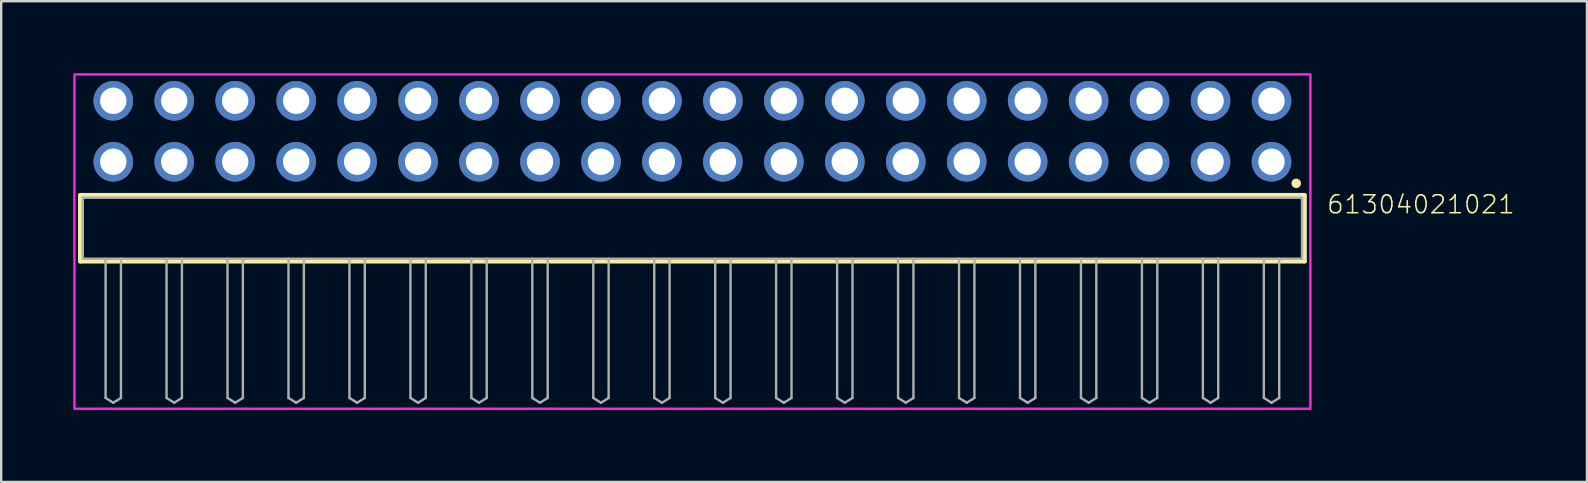
<source format=kicad_pcb>
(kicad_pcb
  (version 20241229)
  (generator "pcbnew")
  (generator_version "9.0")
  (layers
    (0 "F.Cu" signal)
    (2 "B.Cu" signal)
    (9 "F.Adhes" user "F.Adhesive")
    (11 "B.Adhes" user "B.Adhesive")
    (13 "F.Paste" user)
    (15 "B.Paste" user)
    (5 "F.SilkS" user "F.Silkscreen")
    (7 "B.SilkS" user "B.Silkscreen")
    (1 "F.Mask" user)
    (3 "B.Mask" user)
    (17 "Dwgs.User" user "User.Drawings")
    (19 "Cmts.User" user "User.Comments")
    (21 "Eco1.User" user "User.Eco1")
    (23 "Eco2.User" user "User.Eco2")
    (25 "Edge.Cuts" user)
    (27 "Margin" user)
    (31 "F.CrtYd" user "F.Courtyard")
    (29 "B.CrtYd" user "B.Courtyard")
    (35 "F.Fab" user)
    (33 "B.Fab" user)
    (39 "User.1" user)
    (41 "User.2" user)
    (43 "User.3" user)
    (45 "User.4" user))
  (footprint "61304021021"
    (layer "F.Cu")
    (at 25.8 6.46)
    (property "Reference" "61304021021" (at 26.395 -0.552 0) (unlocked yes) (layer "F.SilkS") (effects (font (size 0.748 0.748) (thickness 0.065)) (justify left bottom)))
    (fp_line (start -25.5 -1.37) (end 25.5 -1.37) (stroke (width 0.2) (type solid)) (layer "F.SilkS"))
    (fp_line (start -25.5 1.37) (end -25.5 -1.37) (stroke (width 0.2) (type solid)) (layer "F.SilkS"))
    (fp_line (start 25.5 -1.37) (end 25.5 1.37) (stroke (width 0.2) (type solid)) (layer "F.SilkS"))
    (fp_line (start 25.5 1.37) (end -25.5 1.37) (stroke (width 0.2) (type solid)) (layer "F.SilkS"))
    (fp_circle (center 25.16 -1.87) (end 25.26 -1.87) (stroke (width 0.2) (type solid)) (fill no) (layer "F.SilkS"))
    (fp_poly (pts (xy 25.75 7.52) (xy -25.75 7.52) (xy -25.75 -6.41) (xy 25.75 -6.41)) (stroke (width 0.1) (type default)) (fill no) (layer "F.CrtYd"))
    (fp_line (start -25.4 -1.27) (end 25.4 -1.27) (stroke (width 0.1) (type solid)) (layer "F.Fab"))
    (fp_line (start -25.4 1.27) (end -25.4 -1.27) (stroke (width 0.1) (type solid)) (layer "F.Fab"))
    (fp_line (start -24.45 1.27) (end -24.45 7.07) (stroke (width 0.1) (type solid)) (layer "F.Fab"))
    (fp_line (start -24.45 7.07) (end -24.13 7.27) (stroke (width 0.1) (type solid)) (layer "F.Fab"))
    (fp_line (start -24.13 7.27) (end -23.81 7.07) (stroke (width 0.1) (type solid)) (layer "F.Fab"))
    (fp_line (start -23.81 1.27) (end -23.81 7.07) (stroke (width 0.1) (type solid)) (layer "F.Fab"))
    (fp_line (start -21.91 1.27) (end -21.91 7.07) (stroke (width 0.1) (type solid)) (layer "F.Fab"))
    (fp_line (start -21.91 7.07) (end -21.59 7.27) (stroke (width 0.1) (type solid)) (layer "F.Fab"))
    (fp_line (start -21.59 7.27) (end -21.27 7.07) (stroke (width 0.1) (type solid)) (layer "F.Fab"))
    (fp_line (start -21.27 1.27) (end -21.27 7.07) (stroke (width 0.1) (type solid)) (layer "F.Fab"))
    (fp_line (start -19.37 1.27) (end -19.37 7.07) (stroke (width 0.1) (type solid)) (layer "F.Fab"))
    (fp_line (start -19.37 7.07) (end -19.05 7.27) (stroke (width 0.1) (type solid)) (layer "F.Fab"))
    (fp_line (start -19.05 7.27) (end -18.73 7.07) (stroke (width 0.1) (type solid)) (layer "F.Fab"))
    (fp_line (start -18.73 1.27) (end -18.73 7.07) (stroke (width 0.1) (type solid)) (layer "F.Fab"))
    (fp_line (start -16.83 1.27) (end -16.83 7.07) (stroke (width 0.1) (type solid)) (layer "F.Fab"))
    (fp_line (start -16.83 7.07) (end -16.51 7.27) (stroke (width 0.1) (type solid)) (layer "F.Fab"))
    (fp_line (start -16.51 7.27) (end -16.19 7.07) (stroke (width 0.1) (type solid)) (layer "F.Fab"))
    (fp_line (start -16.19 1.27) (end -16.19 7.07) (stroke (width 0.1) (type solid)) (layer "F.Fab"))
    (fp_line (start -14.29 1.27) (end -14.29 7.07) (stroke (width 0.1) (type solid)) (layer "F.Fab"))
    (fp_line (start -14.29 7.07) (end -13.97 7.27) (stroke (width 0.1) (type solid)) (layer "F.Fab"))
    (fp_line (start -13.97 7.27) (end -13.65 7.07) (stroke (width 0.1) (type solid)) (layer "F.Fab"))
    (fp_line (start -13.65 1.27) (end -13.65 7.07) (stroke (width 0.1) (type solid)) (layer "F.Fab"))
    (fp_line (start -11.75 1.27) (end -11.75 7.07) (stroke (width 0.1) (type solid)) (layer "F.Fab"))
    (fp_line (start -11.75 7.07) (end -11.43 7.27) (stroke (width 0.1) (type solid)) (layer "F.Fab"))
    (fp_line (start -11.43 7.27) (end -11.11 7.07) (stroke (width 0.1) (type solid)) (layer "F.Fab"))
    (fp_line (start -11.11 1.27) (end -11.11 7.07) (stroke (width 0.1) (type solid)) (layer "F.Fab"))
    (fp_line (start -9.21 1.27) (end -9.21 7.07) (stroke (width 0.1) (type solid)) (layer "F.Fab"))
    (fp_line (start -9.21 7.07) (end -8.89 7.27) (stroke (width 0.1) (type solid)) (layer "F.Fab"))
    (fp_line (start -8.89 7.27) (end -8.57 7.07) (stroke (width 0.1) (type solid)) (layer "F.Fab"))
    (fp_line (start -8.57 1.27) (end -8.57 7.07) (stroke (width 0.1) (type solid)) (layer "F.Fab"))
    (fp_line (start -6.67 1.27) (end -6.67 7.07) (stroke (width 0.1) (type solid)) (layer "F.Fab"))
    (fp_line (start -6.67 7.07) (end -6.35 7.27) (stroke (width 0.1) (type solid)) (layer "F.Fab"))
    (fp_line (start -6.35 7.27) (end -6.03 7.07) (stroke (width 0.1) (type solid)) (layer "F.Fab"))
    (fp_line (start -6.03 1.27) (end -6.03 7.07) (stroke (width 0.1) (type solid)) (layer "F.Fab"))
    (fp_line (start -4.13 1.27) (end -4.13 7.07) (stroke (width 0.1) (type solid)) (layer "F.Fab"))
    (fp_line (start -4.13 7.07) (end -3.81 7.27) (stroke (width 0.1) (type solid)) (layer "F.Fab"))
    (fp_line (start -3.81 7.27) (end -3.49 7.07) (stroke (width 0.1) (type solid)) (layer "F.Fab"))
    (fp_line (start -3.49 1.27) (end -3.49 7.07) (stroke (width 0.1) (type solid)) (layer "F.Fab"))
    (fp_line (start -1.59 1.27) (end -1.59 7.07) (stroke (width 0.1) (type solid)) (layer "F.Fab"))
    (fp_line (start -1.59 7.07) (end -1.27 7.27) (stroke (width 0.1) (type solid)) (layer "F.Fab"))
    (fp_line (start -1.27 7.27) (end -0.95 7.07) (stroke (width 0.1) (type solid)) (layer "F.Fab"))
    (fp_line (start -0.95 1.27) (end -0.95 7.07) (stroke (width 0.1) (type solid)) (layer "F.Fab"))
    (fp_line (start 0.95 1.27) (end 0.95 7.07) (stroke (width 0.1) (type solid)) (layer "F.Fab"))
    (fp_line (start 0.95 7.07) (end 1.27 7.27) (stroke (width 0.1) (type solid)) (layer "F.Fab"))
    (fp_line (start 1.27 7.27) (end 1.59 7.07) (stroke (width 0.1) (type solid)) (layer "F.Fab"))
    (fp_line (start 1.59 1.27) (end 1.59 7.07) (stroke (width 0.1) (type solid)) (layer "F.Fab"))
    (fp_line (start 3.49 1.27) (end 3.49 7.07) (stroke (width 0.1) (type solid)) (layer "F.Fab"))
    (fp_line (start 3.49 7.07) (end 3.81 7.27) (stroke (width 0.1) (type solid)) (layer "F.Fab"))
    (fp_line (start 3.81 7.27) (end 4.13 7.07) (stroke (width 0.1) (type solid)) (layer "F.Fab"))
    (fp_line (start 4.13 1.27) (end 4.13 7.07) (stroke (width 0.1) (type solid)) (layer "F.Fab"))
    (fp_line (start 6.03 1.27) (end 6.03 7.07) (stroke (width 0.1) (type solid)) (layer "F.Fab"))
    (fp_line (start 6.03 7.07) (end 6.35 7.27) (stroke (width 0.1) (type solid)) (layer "F.Fab"))
    (fp_line (start 6.35 7.27) (end 6.67 7.07) (stroke (width 0.1) (type solid)) (layer "F.Fab"))
    (fp_line (start 6.67 1.27) (end 6.67 7.07) (stroke (width 0.1) (type solid)) (layer "F.Fab"))
    (fp_line (start 8.57 1.27) (end 8.57 7.07) (stroke (width 0.1) (type solid)) (layer "F.Fab"))
    (fp_line (start 8.57 7.07) (end 8.89 7.27) (stroke (width 0.1) (type solid)) (layer "F.Fab"))
    (fp_line (start 8.89 7.27) (end 9.21 7.07) (stroke (width 0.1) (type solid)) (layer "F.Fab"))
    (fp_line (start 9.21 1.27) (end 9.21 7.07) (stroke (width 0.1) (type solid)) (layer "F.Fab"))
    (fp_line (start 11.11 1.27) (end 11.11 7.07) (stroke (width 0.1) (type solid)) (layer "F.Fab"))
    (fp_line (start 11.11 7.07) (end 11.43 7.27) (stroke (width 0.1) (type solid)) (layer "F.Fab"))
    (fp_line (start 11.43 7.27) (end 11.75 7.07) (stroke (width 0.1) (type solid)) (layer "F.Fab"))
    (fp_line (start 11.75 1.27) (end 11.75 7.07) (stroke (width 0.1) (type solid)) (layer "F.Fab"))
    (fp_line (start 13.65 1.27) (end 13.65 7.07) (stroke (width 0.1) (type solid)) (layer "F.Fab"))
    (fp_line (start 13.65 7.07) (end 13.97 7.27) (stroke (width 0.1) (type solid)) (layer "F.Fab"))
    (fp_line (start 13.97 7.27) (end 14.29 7.07) (stroke (width 0.1) (type solid)) (layer "F.Fab"))
    (fp_line (start 14.29 1.27) (end 14.29 7.07) (stroke (width 0.1) (type solid)) (layer "F.Fab"))
    (fp_line (start 16.19 1.27) (end 16.19 7.07) (stroke (width 0.1) (type solid)) (layer "F.Fab"))
    (fp_line (start 16.19 7.07) (end 16.51 7.27) (stroke (width 0.1) (type solid)) (layer "F.Fab"))
    (fp_line (start 16.51 7.27) (end 16.83 7.07) (stroke (width 0.1) (type solid)) (layer "F.Fab"))
    (fp_line (start 16.83 1.27) (end 16.83 7.07) (stroke (width 0.1) (type solid)) (layer "F.Fab"))
    (fp_line (start 18.73 1.27) (end 18.73 7.07) (stroke (width 0.1) (type solid)) (layer "F.Fab"))
    (fp_line (start 18.73 7.07) (end 19.05 7.27) (stroke (width 0.1) (type solid)) (layer "F.Fab"))
    (fp_line (start 19.05 7.27) (end 19.37 7.07) (stroke (width 0.1) (type solid)) (layer "F.Fab"))
    (fp_line (start 19.37 1.27) (end 19.37 7.07) (stroke (width 0.1) (type solid)) (layer "F.Fab"))
    (fp_line (start 21.27 1.27) (end -25.4 1.27) (stroke (width 0.1) (type solid)) (layer "F.Fab"))
    (fp_line (start 21.27 1.27) (end 21.27 7.07) (stroke (width 0.1) (type solid)) (layer "F.Fab"))
    (fp_line (start 21.27 7.07) (end 21.59 7.27) (stroke (width 0.1) (type solid)) (layer "F.Fab"))
    (fp_line (start 21.59 7.27) (end 21.91 7.07) (stroke (width 0.1) (type solid)) (layer "F.Fab"))
    (fp_line (start 21.91 1.27) (end 21.27 1.27) (stroke (width 0.1) (type solid)) (layer "F.Fab"))
    (fp_line (start 21.91 1.27) (end 21.91 7.07) (stroke (width 0.1) (type solid)) (layer "F.Fab"))
    (fp_line (start 23.81 1.27) (end 23.81 7.07) (stroke (width 0.1) (type solid)) (layer "F.Fab"))
    (fp_line (start 23.81 7.07) (end 24.13 7.27) (stroke (width 0.1) (type solid)) (layer "F.Fab"))
    (fp_line (start 24.13 7.27) (end 24.45 7.07) (stroke (width 0.1) (type solid)) (layer "F.Fab"))
    (fp_line (start 24.45 1.27) (end 24.45 7.07) (stroke (width 0.1) (type solid)) (layer "F.Fab"))
    (fp_line (start 25.4 -1.27) (end 25.4 1.27) (stroke (width 0.1) (type solid)) (layer "F.Fab"))
    (fp_line (start 25.4 1.27) (end 21.91 1.27) (stroke (width 0.1) (type solid)) (layer "F.Fab"))
    (pad "1" thru_hole circle (at 24.13 -2.77) (size 1.65 1.65) (drill 1.1) (layers "*.Cu" "*.Mask"))
    (pad "2" thru_hole circle (at 24.13 -5.31) (size 1.65 1.65) (drill 1.1) (layers "*.Cu" "*.Mask"))
    (pad "3" thru_hole circle (at 21.59 -2.77) (size 1.65 1.65) (drill 1.1) (layers "*.Cu" "*.Mask"))
    (pad "4" thru_hole circle (at 21.59 -5.31) (size 1.65 1.65) (drill 1.1) (layers "*.Cu" "*.Mask"))
    (pad "5" thru_hole circle (at 19.05 -2.77) (size 1.65 1.65) (drill 1.1) (layers "*.Cu" "*.Mask"))
    (pad "6" thru_hole circle (at 19.05 -5.31) (size 1.65 1.65) (drill 1.1) (layers "*.Cu" "*.Mask"))
    (pad "7" thru_hole circle (at 16.51 -2.77) (size 1.65 1.65) (drill 1.1) (layers "*.Cu" "*.Mask"))
    (pad "8" thru_hole circle (at 16.51 -5.31) (size 1.65 1.65) (drill 1.1) (layers "*.Cu" "*.Mask"))
    (pad "9" thru_hole circle (at 13.97 -2.77) (size 1.65 1.65) (drill 1.1) (layers "*.Cu" "*.Mask"))
    (pad "10" thru_hole circle (at 13.97 -5.31) (size 1.65 1.65) (drill 1.1) (layers "*.Cu" "*.Mask"))
    (pad "11" thru_hole circle (at 11.43 -2.77) (size 1.65 1.65) (drill 1.1) (layers "*.Cu" "*.Mask"))
    (pad "12" thru_hole circle (at 11.43 -5.31) (size 1.65 1.65) (drill 1.1) (layers "*.Cu" "*.Mask"))
    (pad "13" thru_hole circle (at 8.89 -2.77) (size 1.65 1.65) (drill 1.1) (layers "*.Cu" "*.Mask"))
    (pad "14" thru_hole circle (at 8.89 -5.31) (size 1.65 1.65) (drill 1.1) (layers "*.Cu" "*.Mask"))
    (pad "15" thru_hole circle (at 6.35 -2.77) (size 1.65 1.65) (drill 1.1) (layers "*.Cu" "*.Mask"))
    (pad "16" thru_hole circle (at 6.35 -5.31) (size 1.65 1.65) (drill 1.1) (layers "*.Cu" "*.Mask"))
    (pad "17" thru_hole circle (at 3.81 -2.77) (size 1.65 1.65) (drill 1.1) (layers "*.Cu" "*.Mask"))
    (pad "18" thru_hole circle (at 3.81 -5.31) (size 1.65 1.65) (drill 1.1) (layers "*.Cu" "*.Mask"))
    (pad "19" thru_hole circle (at 1.27 -2.77) (size 1.65 1.65) (drill 1.1) (layers "*.Cu" "*.Mask"))
    (pad "20" thru_hole circle (at 1.27 -5.31) (size 1.65 1.65) (drill 1.1) (layers "*.Cu" "*.Mask"))
    (pad "21" thru_hole circle (at -1.27 -2.77) (size 1.65 1.65) (drill 1.1) (layers "*.Cu" "*.Mask"))
    (pad "22" thru_hole circle (at -1.27 -5.31) (size 1.65 1.65) (drill 1.1) (layers "*.Cu" "*.Mask"))
    (pad "23" thru_hole circle (at -3.81 -2.77) (size 1.65 1.65) (drill 1.1) (layers "*.Cu" "*.Mask"))
    (pad "24" thru_hole circle (at -3.81 -5.31) (size 1.65 1.65) (drill 1.1) (layers "*.Cu" "*.Mask"))
    (pad "25" thru_hole circle (at -6.35 -2.77) (size 1.65 1.65) (drill 1.1) (layers "*.Cu" "*.Mask"))
    (pad "26" thru_hole circle (at -6.35 -5.31) (size 1.65 1.65) (drill 1.1) (layers "*.Cu" "*.Mask"))
    (pad "27" thru_hole circle (at -8.89 -2.77) (size 1.65 1.65) (drill 1.1) (layers "*.Cu" "*.Mask"))
    (pad "28" thru_hole circle (at -8.89 -5.31) (size 1.65 1.65) (drill 1.1) (layers "*.Cu" "*.Mask"))
    (pad "29" thru_hole circle (at -11.43 -2.77) (size 1.65 1.65) (drill 1.1) (layers "*.Cu" "*.Mask"))
    (pad "30" thru_hole circle (at -11.43 -5.31) (size 1.65 1.65) (drill 1.1) (layers "*.Cu" "*.Mask"))
    (pad "31" thru_hole circle (at -13.97 -2.77) (size 1.65 1.65) (drill 1.1) (layers "*.Cu" "*.Mask"))
    (pad "32" thru_hole circle (at -13.97 -5.31) (size 1.65 1.65) (drill 1.1) (layers "*.Cu" "*.Mask"))
    (pad "33" thru_hole circle (at -16.51 -2.77) (size 1.65 1.65) (drill 1.1) (layers "*.Cu" "*.Mask"))
    (pad "34" thru_hole circle (at -16.51 -5.31) (size 1.65 1.65) (drill 1.1) (layers "*.Cu" "*.Mask"))
    (pad "35" thru_hole circle (at -19.05 -2.77) (size 1.65 1.65) (drill 1.1) (layers "*.Cu" "*.Mask"))
    (pad "36" thru_hole circle (at -19.05 -5.31) (size 1.65 1.65) (drill 1.1) (layers "*.Cu" "*.Mask"))
    (pad "37" thru_hole circle (at -21.59 -2.77) (size 1.65 1.65) (drill 1.1) (layers "*.Cu" "*.Mask"))
    (pad "38" thru_hole circle (at -21.59 -5.31) (size 1.65 1.65) (drill 1.1) (layers "*.Cu" "*.Mask"))
    (pad "39" thru_hole circle (at -24.13 -2.77) (size 1.65 1.65) (drill 1.1) (layers "*.Cu" "*.Mask"))
    (pad "40" thru_hole circle (at -24.13 -5.31) (size 1.65 1.65) (drill 1.1) (layers "*.Cu" "*.Mask")))
  (gr_rect
    (start -3 -3)
    (end 63.074 17.03)
    (stroke (width 0.1) (type default))
    (fill no)
    (layer "Edge.Cuts")))
</source>
